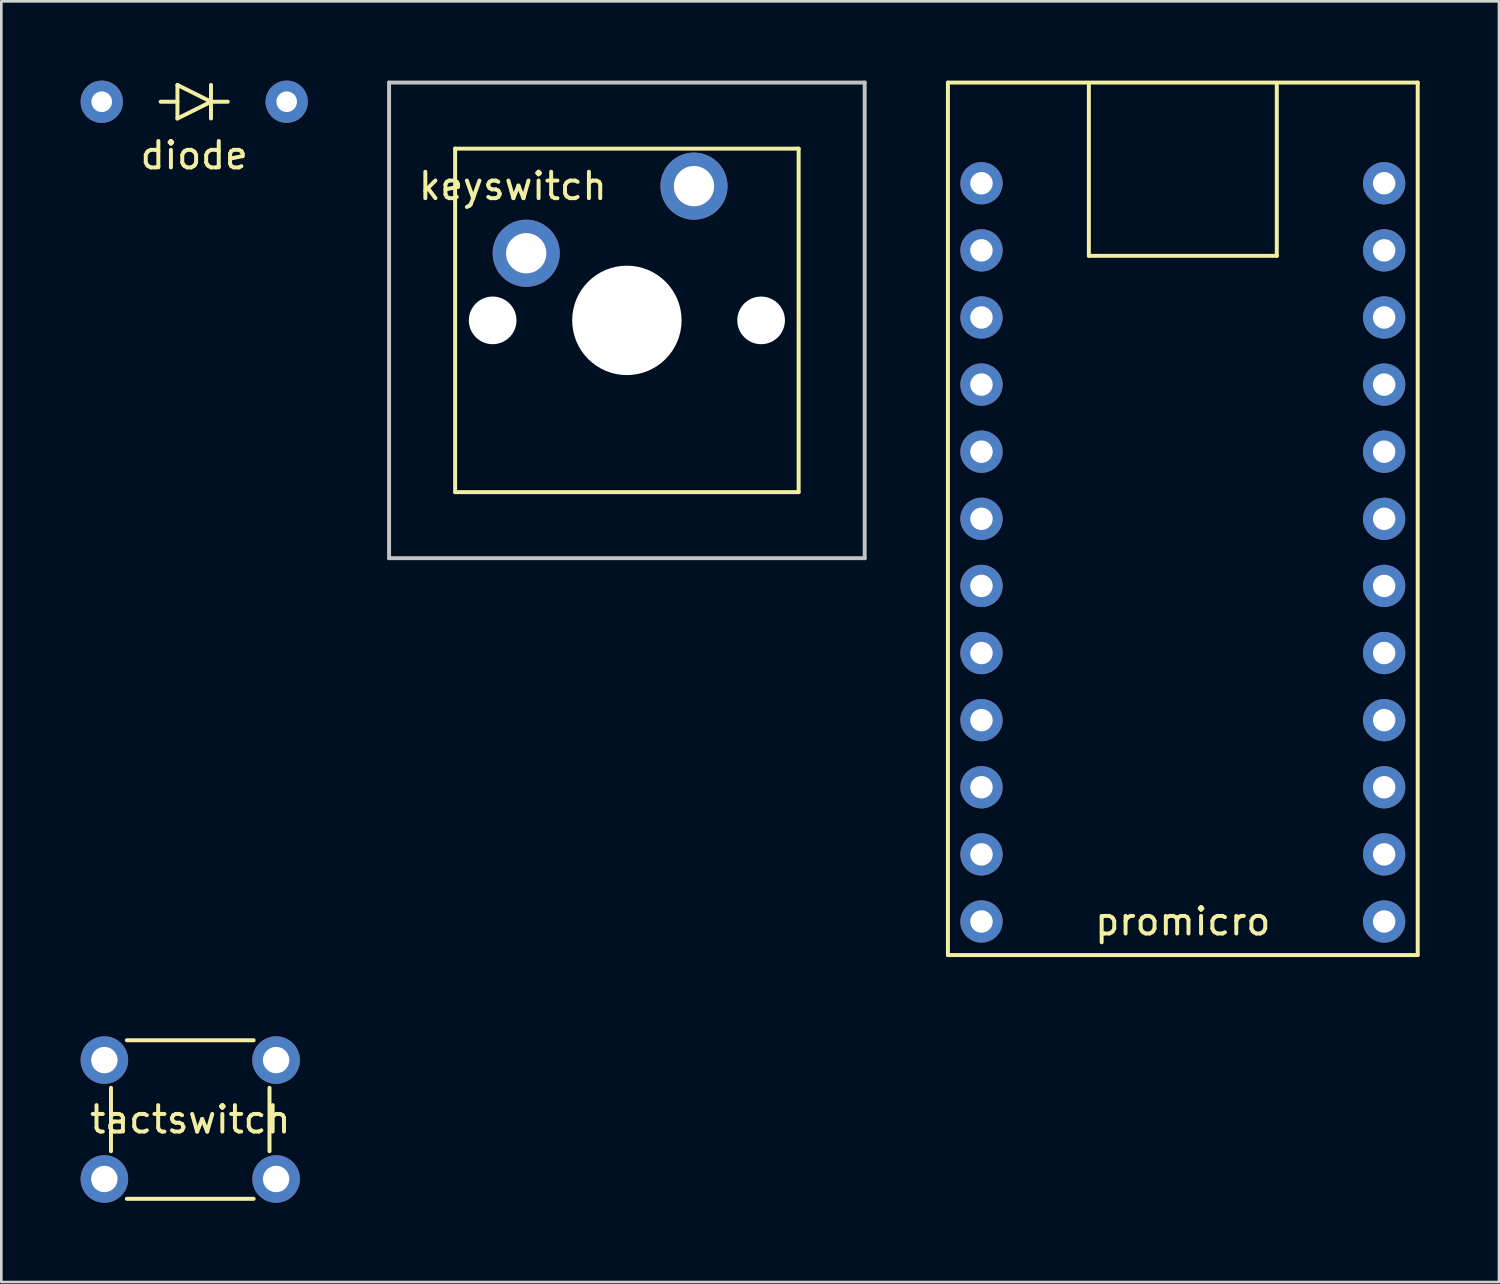
<source format=kicad_pcb>
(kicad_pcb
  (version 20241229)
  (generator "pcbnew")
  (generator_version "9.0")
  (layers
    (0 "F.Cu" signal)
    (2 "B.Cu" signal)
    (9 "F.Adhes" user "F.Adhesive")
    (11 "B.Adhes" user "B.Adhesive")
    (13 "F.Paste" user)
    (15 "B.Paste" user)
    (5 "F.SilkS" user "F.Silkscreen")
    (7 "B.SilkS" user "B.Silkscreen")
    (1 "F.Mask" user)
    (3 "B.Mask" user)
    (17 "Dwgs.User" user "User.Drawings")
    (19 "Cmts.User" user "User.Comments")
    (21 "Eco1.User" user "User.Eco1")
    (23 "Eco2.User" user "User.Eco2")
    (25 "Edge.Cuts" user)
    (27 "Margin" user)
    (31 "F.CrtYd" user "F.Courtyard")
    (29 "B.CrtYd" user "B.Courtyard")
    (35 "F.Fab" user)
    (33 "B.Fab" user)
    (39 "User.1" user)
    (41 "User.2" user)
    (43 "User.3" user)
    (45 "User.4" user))
  (footprint "keyswitch"
    (layer "F.Cu")
    (at 20.675 9.075)
    (property "Reference" "keyswitch" (at -4.318 -5.08 0) (layer "F.SilkS") (effects (font (size 1 1) (thickness 0.15))))
    (attr through_hole)
    (fp_line (start -6.5 -6.5) (end 6.5 -6.5) (stroke (width 0.15) (type solid)) (layer "F.SilkS"))
    (fp_line (start -6.5 6.5) (end -6.5 -6.5) (stroke (width 0.15) (type solid)) (layer "F.SilkS"))
    (fp_line (start 6.5 -6.5) (end 6.5 6.5) (stroke (width 0.15) (type solid)) (layer "F.SilkS"))
    (fp_line (start 6.5 6.5) (end -6.5 6.5) (stroke (width 0.15) (type solid)) (layer "F.SilkS"))
    (fp_line (start -9 -9) (end 9 -9) (stroke (width 0.15) (type solid)) (layer "Dwgs.User"))
    (fp_line (start -9 9) (end -9 -9) (stroke (width 0.15) (type solid)) (layer "Dwgs.User"))
    (fp_line (start 9 -9) (end 9 9) (stroke (width 0.15) (type solid)) (layer "Dwgs.User"))
    (fp_line (start 9 9) (end -9 9) (stroke (width 0.15) (type solid)) (layer "Dwgs.User"))
    (pad "" np_thru_hole circle (at -5.08 0) (size 1.803 1.803) (drill 1.803) (layers "*.Cu" "*.Mask"))
    (pad "" np_thru_hole circle (at 0 0) (size 4.14 4.14) (drill 4.14) (layers "*.Cu" "*.Mask"))
    (pad "" np_thru_hole circle (at 5.08 0) (size 1.803 1.803) (drill 1.803) (layers "*.Cu" "*.Mask"))
    (pad "1" thru_hole circle (at -3.81 -2.54) (size 2.54 2.54) (drill 1.524) (layers "*.Cu" "*.Mask"))
    (pad "2" thru_hole circle (at 2.54 -5.08) (size 2.54 2.54) (drill 1.524) (layers "*.Cu" "*.Mask")))
  (footprint "diode"
    (layer "F.Cu")
    (at 4.3 0.8)
    (property "Reference" "diode" (at 0 2.032 0) (layer "F.SilkS") (effects (font (size 1 1) (thickness 0.15))))
    (attr through_hole)
    (fp_line (start -0.635 -0.635) (end 0.635 0) (stroke (width 0.15) (type solid)) (layer "F.SilkS"))
    (fp_line (start -0.635 0) (end -1.27 0) (stroke (width 0.15) (type solid)) (layer "F.SilkS"))
    (fp_line (start -0.635 0.635) (end -0.635 -0.635) (stroke (width 0.15) (type solid)) (layer "F.SilkS"))
    (fp_line (start 0.635 -0.635) (end 0.635 0.635) (stroke (width 0.15) (type solid)) (layer "F.SilkS"))
    (fp_line (start 0.635 0) (end -0.635 0.635) (stroke (width 0.15) (type solid)) (layer "F.SilkS"))
    (fp_line (start 0.635 0) (end 1.27 0) (stroke (width 0.15) (type solid)) (layer "F.SilkS"))
    (pad "1" thru_hole circle (at -3.5 0) (size 1.6 1.6) (drill 0.78) (layers "*.Cu" "*.Mask"))
    (pad "2" thru_hole circle (at 3.5 0) (size 1.6 1.6) (drill 0.78) (layers "*.Cu" "*.Mask")))
  (footprint "tactswitch"
    (layer "F.Cu")
    (at 4.15 39.32)
    (property "Reference" "tactswitch" (at 0 0 0) (layer "F.SilkS") (effects (font (size 1 1) (thickness 0.15))))
    (attr through_hole)
    (fp_line (start -3 -1.2) (end -3 1.2) (stroke (width 0.15) (type solid)) (layer "F.SilkS"))
    (fp_line (start -2.4 3) (end 2.4 3) (stroke (width 0.15) (type solid)) (layer "F.SilkS"))
    (fp_line (start 2.4 -3) (end -2.4 -3) (stroke (width 0.15) (type solid)) (layer "F.SilkS"))
    (fp_line (start 3 1.2) (end 3 -1.2) (stroke (width 0.15) (type solid)) (layer "F.SilkS"))
    (pad "1" thru_hole circle (at -3.25 -2.25) (size 1.8 1.8) (drill 1) (layers "*.Cu" "*.Mask"))
    (pad "2" thru_hole circle (at -3.25 2.25) (size 1.8 1.8) (drill 1) (layers "*.Cu" "*.Mask"))
    (pad "3" thru_hole circle (at 3.25 2.25) (size 1.8 1.8) (drill 1) (layers "*.Cu" "*.Mask"))
    (pad "4" thru_hole circle (at 3.25 -2.25) (size 1.8 1.8) (drill 1) (layers "*.Cu" "*.Mask")))
  (footprint "promicro"
    (layer "F.Cu")
    (at 41.715 16.585)
    (property "Reference" "promicro" (at 0 15.24 0) (layer "F.SilkS") (effects (font (size 1 1) (thickness 0.15))))
    (attr through_hole)
    (fp_line (start -8.89 -16.51) (end 8.89 -16.51) (stroke (width 0.15) (type solid)) (layer "F.SilkS"))
    (fp_line (start -8.89 16.51) (end -8.89 -16.51) (stroke (width 0.15) (type solid)) (layer "F.SilkS"))
    (fp_line (start -3.556 -16.429) (end -3.556 -9.952) (stroke (width 0.15) (type solid)) (layer "F.SilkS"))
    (fp_line (start -3.556 -9.952) (end 3.556 -9.952) (stroke (width 0.15) (type solid)) (layer "F.SilkS"))
    (fp_line (start 3.556 -9.952) (end 3.556 -16.429) (stroke (width 0.15) (type solid)) (layer "F.SilkS"))
    (fp_line (start 8.89 -16.51) (end 8.89 16.51) (stroke (width 0.15) (type solid)) (layer "F.SilkS"))
    (fp_line (start 8.89 16.51) (end -8.89 16.51) (stroke (width 0.15) (type solid)) (layer "F.SilkS"))
    (pad "1" thru_hole circle (at -7.62 -12.7) (size 1.6 1.6) (drill 0.85) (layers "*.Cu" "*.Mask"))
    (pad "2" thru_hole circle (at -7.62 -10.16) (size 1.6 1.6) (drill 0.85) (layers "*.Cu" "*.Mask"))
    (pad "3" thru_hole circle (at -7.62 -7.62) (size 1.6 1.6) (drill 0.85) (layers "*.Cu" "*.Mask"))
    (pad "4" thru_hole circle (at -7.62 -5.08) (size 1.6 1.6) (drill 0.85) (layers "*.Cu" "*.Mask"))
    (pad "5" thru_hole circle (at -7.62 -2.54) (size 1.6 1.6) (drill 0.85) (layers "*.Cu" "*.Mask"))
    (pad "6" thru_hole circle (at -7.62 0) (size 1.6 1.6) (drill 0.85) (layers "*.Cu" "*.Mask"))
    (pad "7" thru_hole circle (at -7.62 2.54) (size 1.6 1.6) (drill 0.85) (layers "*.Cu" "*.Mask"))
    (pad "8" thru_hole circle (at -7.62 5.08) (size 1.6 1.6) (drill 0.85) (layers "*.Cu" "*.Mask"))
    (pad "9" thru_hole circle (at -7.62 7.62) (size 1.6 1.6) (drill 0.85) (layers "*.Cu" "*.Mask"))
    (pad "10" thru_hole circle (at -7.62 10.16) (size 1.6 1.6) (drill 0.85) (layers "*.Cu" "*.Mask"))
    (pad "11" thru_hole circle (at -7.62 12.7) (size 1.6 1.6) (drill 0.85) (layers "*.Cu" "*.Mask"))
    (pad "12" thru_hole circle (at -7.62 15.24) (size 1.6 1.6) (drill 0.85) (layers "*.Cu" "*.Mask"))
    (pad "13" thru_hole circle (at 7.62 15.24) (size 1.6 1.6) (drill 0.85) (layers "*.Cu" "*.Mask"))
    (pad "14" thru_hole circle (at 7.62 12.7) (size 1.6 1.6) (drill 0.85) (layers "*.Cu" "*.Mask"))
    (pad "15" thru_hole circle (at 7.62 10.16) (size 1.6 1.6) (drill 0.85) (layers "*.Cu" "*.Mask"))
    (pad "16" thru_hole circle (at 7.62 7.62) (size 1.6 1.6) (drill 0.85) (layers "*.Cu" "*.Mask"))
    (pad "17" thru_hole circle (at 7.62 5.08) (size 1.6 1.6) (drill 0.85) (layers "*.Cu" "*.Mask"))
    (pad "18" thru_hole circle (at 7.62 2.54) (size 1.6 1.6) (drill 0.85) (layers "*.Cu" "*.Mask"))
    (pad "19" thru_hole circle (at 7.62 0) (size 1.6 1.6) (drill 0.85) (layers "*.Cu" "*.Mask"))
    (pad "20" thru_hole circle (at 7.62 -2.54) (size 1.6 1.6) (drill 0.85) (layers "*.Cu" "*.Mask"))
    (pad "21" thru_hole circle (at 7.62 -5.08) (size 1.6 1.6) (drill 0.85) (layers "*.Cu" "*.Mask"))
    (pad "22" thru_hole circle (at 7.62 -7.62) (size 1.6 1.6) (drill 0.85) (layers "*.Cu" "*.Mask"))
    (pad "23" thru_hole circle (at 7.62 -10.16) (size 1.6 1.6) (drill 0.85) (layers "*.Cu" "*.Mask"))
    (pad "24" thru_hole circle (at 7.62 -12.7) (size 1.6 1.6) (drill 0.85) (layers "*.Cu" "*.Mask")))
  (gr_rect
    (start -3 -3)
    (end 53.68 45.47)
    (stroke (width 0.1) (type default))
    (fill no)
    (layer "Edge.Cuts")))
</source>
